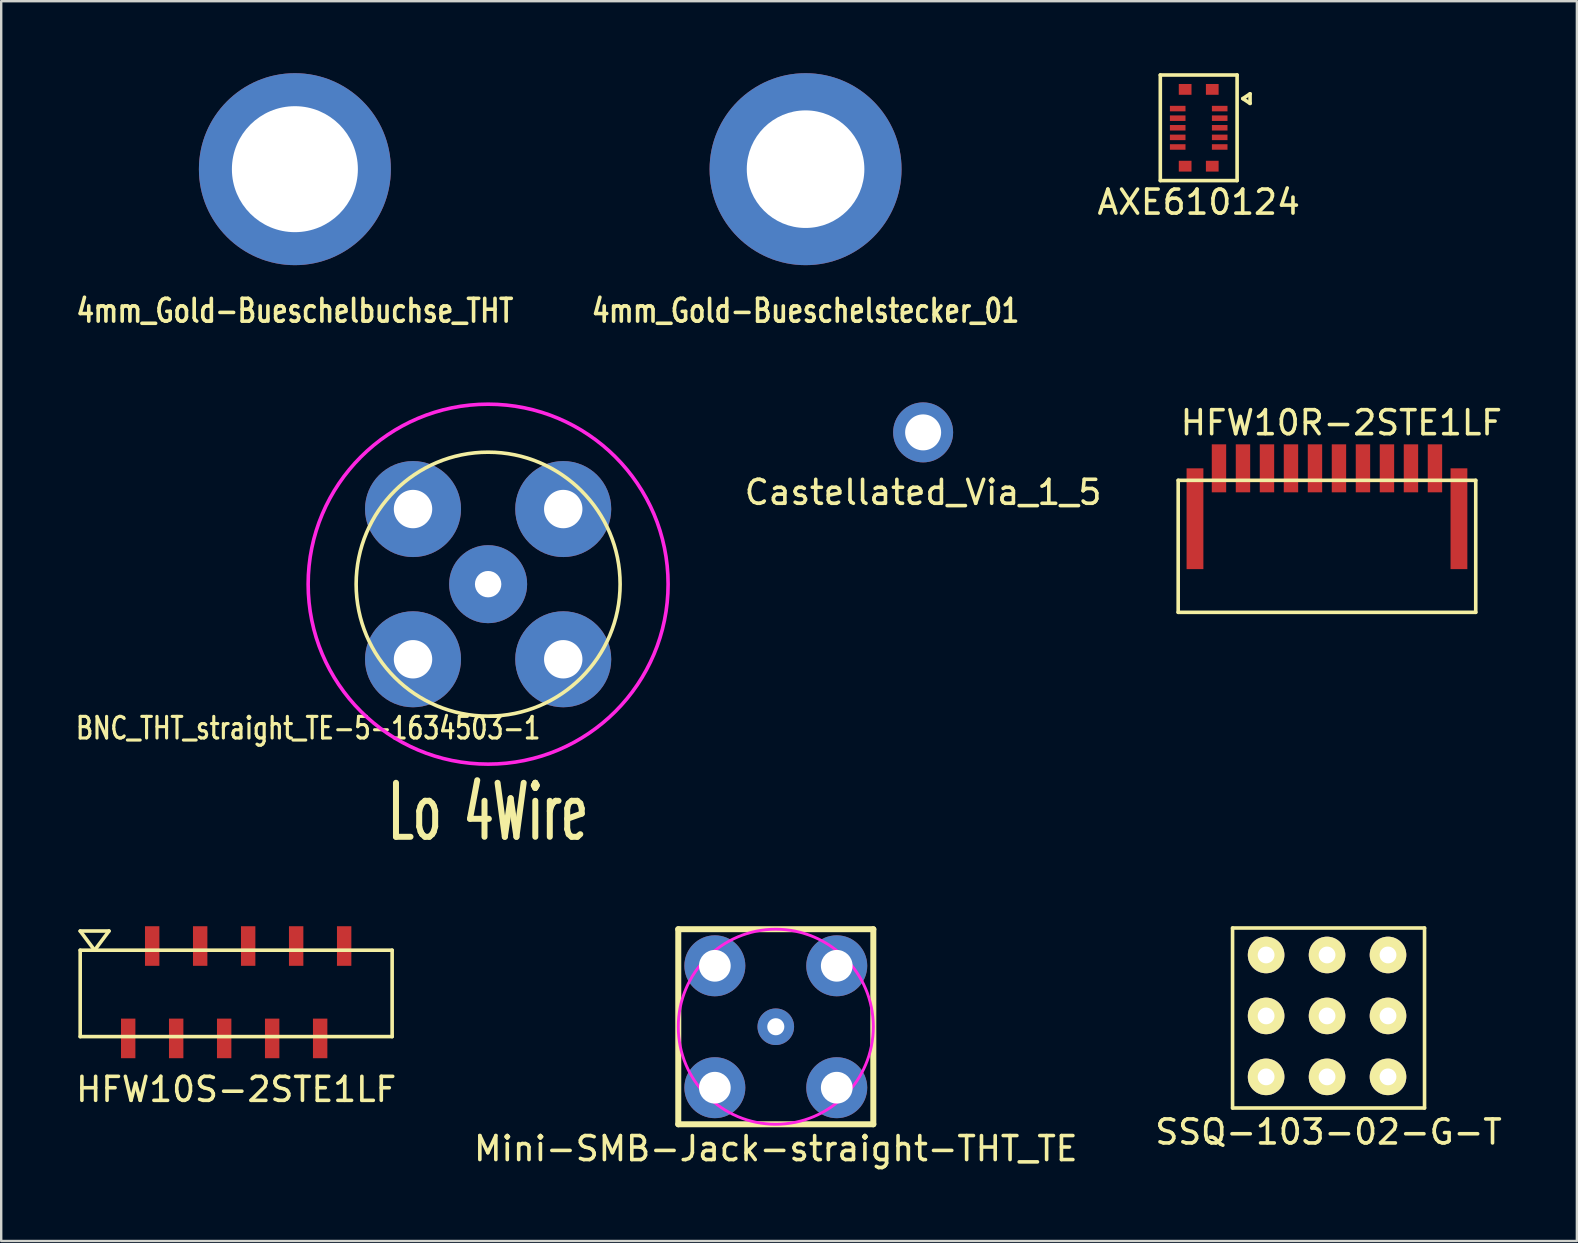
<source format=kicad_pcb>
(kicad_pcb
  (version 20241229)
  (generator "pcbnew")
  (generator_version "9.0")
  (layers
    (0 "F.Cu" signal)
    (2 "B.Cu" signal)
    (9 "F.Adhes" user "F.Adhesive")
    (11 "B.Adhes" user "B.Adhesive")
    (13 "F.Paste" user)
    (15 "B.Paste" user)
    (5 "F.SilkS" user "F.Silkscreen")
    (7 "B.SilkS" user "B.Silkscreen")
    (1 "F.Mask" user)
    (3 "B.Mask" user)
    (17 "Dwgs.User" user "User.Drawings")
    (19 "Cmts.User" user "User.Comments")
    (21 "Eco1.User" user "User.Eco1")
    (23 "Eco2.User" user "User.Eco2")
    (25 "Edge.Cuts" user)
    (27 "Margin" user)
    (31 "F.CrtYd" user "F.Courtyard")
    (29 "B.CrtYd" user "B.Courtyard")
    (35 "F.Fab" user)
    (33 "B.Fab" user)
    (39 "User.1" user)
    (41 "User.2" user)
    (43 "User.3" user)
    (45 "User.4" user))
  (footprint "4mm_Gold-Bueschelbuchse_THT"
    (layer "F.Cu")
    (at 9.239 4)
    (property "Reference" "4mm_Gold-Bueschelbuchse_THT" (at 0 5.9 0) (layer "F.SilkS") (effects (font (size 0.95 0.75) (thickness 0.15))))
    (attr through_hole)
    (pad "1" thru_hole circle (at 0 0) (size 8 8) (drill 5.25) (layers "*.Cu" "*.Mask")))
  (footprint "Castellated_Via_1_5"
    (layer "F.Cu")
    (at 35.42 14.969)
    (property "Reference" "Castellated_Via_1_5" (at 0 2.5 0) (layer "F.SilkS") (effects (font (size 1 1) (thickness 0.15))))
    (attr through_hole)
    (pad "1" thru_hole circle (at 0 0) (size 2.5 2.5) (drill 1.5) (layers "*.Cu" "*.Mask")))
  (footprint "4mm_Gold-Bueschelstecker_01"
    (layer "F.Cu")
    (at 30.521 4)
    (property "Reference" "4mm_Gold-Bueschelstecker_01" (at 0 5.9 0) (layer "F.SilkS") (effects (font (size 0.95 0.75) (thickness 0.15))))
    (attr through_hole)
    (pad "1" thru_hole circle (at 0 0) (size 8 8) (drill 4.9) (layers "*.Cu" "*.Mask")))
  (footprint "SSQ-103-02-G-T"
    (layer "F.Cu")
    (at 52.315 39.374)
    (property "Reference" "SSQ-103-02-G-T" (at 0 4.75 0) (layer "F.SilkS") (effects (font (size 1 1) (thickness 0.15))))
    (attr through_hole)
    (fp_line (start -4 -3.75) (end 4 -3.75) (stroke (width 0.15) (type solid)) (layer "F.SilkS"))
    (fp_line (start -4 3.75) (end -4 -3.75) (stroke (width 0.15) (type solid)) (layer "F.SilkS"))
    (fp_line (start 4 -3.75) (end 4 3.75) (stroke (width 0.15) (type solid)) (layer "F.SilkS"))
    (fp_line (start 4 3.75) (end -4 3.75) (stroke (width 0.15) (type solid)) (layer "F.SilkS"))
    (pad "1" thru_hole circle (at -2.602 -2.627) (size 1.524 1.524) (drill 0.7) (layers "*.Cu" "*.Mask" "F.SilkS"))
    (pad "2" thru_hole circle (at -0.062 -2.627) (size 1.524 1.524) (drill 0.7) (layers "*.Cu" "*.Mask" "F.SilkS"))
    (pad "3" thru_hole circle (at 2.478 -2.627) (size 1.524 1.524) (drill 0.7) (layers "*.Cu" "*.Mask" "F.SilkS"))
    (pad "4" thru_hole circle (at -2.602 -0.087) (size 1.524 1.524) (drill 0.7) (layers "*.Cu" "*.Mask" "F.SilkS"))
    (pad "5" thru_hole circle (at -0.062 -0.087) (size 1.524 1.524) (drill 0.7) (layers "*.Cu" "*.Mask" "F.SilkS"))
    (pad "6" thru_hole circle (at 2.478 -0.087) (size 1.524 1.524) (drill 0.7) (layers "*.Cu" "*.Mask" "F.SilkS"))
    (pad "7" thru_hole circle (at -2.602 2.453) (size 1.524 1.524) (drill 0.7) (layers "*.Cu" "*.Mask" "F.SilkS"))
    (pad "8" thru_hole circle (at -0.062 2.453) (size 1.524 1.524) (drill 0.7) (layers "*.Cu" "*.Mask" "F.SilkS"))
    (pad "9" thru_hole circle (at 2.478 2.453) (size 1.524 1.524) (drill 0.7) (layers "*.Cu" "*.Mask" "F.SilkS")))
  (footprint "HFW10R-2STE1LF"
    (layer "F.Cu")
    (at 52.249 18.867)
    (property "Reference" "HFW10R-2STE1LF" (at 0.6 -4.3 0) (layer "F.SilkS") (effects (font (size 1 1) (thickness 0.15))))
    (attr through_hole)
    (fp_line (start -6.2 -1.9) (end 6.2 -1.9) (stroke (width 0.15) (type solid)) (layer "F.SilkS"))
    (fp_line (start -6.2 3.6) (end -6.2 -1.9) (stroke (width 0.15) (type solid)) (layer "F.SilkS"))
    (fp_line (start 6.2 -1.9) (end 6.2 3.6) (stroke (width 0.15) (type solid)) (layer "F.SilkS"))
    (fp_line (start 6.2 3.6) (end -6.2 3.6) (stroke (width 0.15) (type solid)) (layer "F.SilkS"))
    (pad "1" smd rect (at -4.5 -2.4) (size 0.6 2) (layers "F.Cu" "F.Mask" "F.Paste"))
    (pad "2" smd rect (at -3.5 -2.4) (size 0.6 2) (layers "F.Cu" "F.Mask" "F.Paste"))
    (pad "3" smd rect (at -2.5 -2.4) (size 0.6 2) (layers "F.Cu" "F.Mask" "F.Paste"))
    (pad "4" smd rect (at -1.5 -2.4) (size 0.6 2) (layers "F.Cu" "F.Mask" "F.Paste"))
    (pad "5" smd rect (at -0.5 -2.4) (size 0.6 2) (layers "F.Cu" "F.Mask" "F.Paste"))
    (pad "6" smd rect (at 0.5 -2.4) (size 0.6 2) (layers "F.Cu" "F.Mask" "F.Paste"))
    (pad "7" smd rect (at 1.5 -2.4) (size 0.6 2) (layers "F.Cu" "F.Mask" "F.Paste"))
    (pad "8" smd rect (at 2.5 -2.4) (size 0.6 2) (layers "F.Cu" "F.Mask" "F.Paste"))
    (pad "9" smd rect (at 3.5 -2.4) (size 0.6 2) (layers "F.Cu" "F.Mask" "F.Paste"))
    (pad "10" smd rect (at 4.5 -2.4) (size 0.6 2) (layers "F.Cu" "F.Mask" "F.Paste"))
    (pad "~" smd rect (at -5.5 -0.3) (size 0.7 4.2) (layers "F.Cu" "F.Mask" "F.Paste"))
    (pad "~" smd rect (at 5.5 -0.3) (size 0.7 4.2) (layers "F.Cu" "F.Mask" "F.Paste")))
  (footprint "AXE610124"
    (layer "F.Cu")
    (at 46.904 2.275)
    (property "Reference" "AXE610124" (at 0 3.1 0) (layer "F.SilkS") (effects (font (size 1 1) (thickness 0.15))))
    (attr through_hole)
    (fp_line (start -1.6 -2.2) (end -1.6 2.2) (stroke (width 0.15) (type solid)) (layer "F.SilkS"))
    (fp_line (start -1.6 2.2) (end 1.6 2.2) (stroke (width 0.15) (type solid)) (layer "F.SilkS"))
    (fp_line (start 1.6 -2.2) (end -1.6 -2.2) (stroke (width 0.15) (type solid)) (layer "F.SilkS"))
    (fp_line (start 1.6 2.2) (end 1.6 -2.2) (stroke (width 0.15) (type solid)) (layer "F.SilkS"))
    (fp_line (start 1.84 -1.216) (end 2.14 -1.016) (stroke (width 0.15) (type solid)) (layer "F.SilkS"))
    (fp_line (start 2.14 -1.416) (end 1.84 -1.216) (stroke (width 0.15) (type solid)) (layer "F.SilkS"))
    (fp_line (start 2.14 -1.016) (end 2.14 -1.416) (stroke (width 0.15) (type solid)) (layer "F.SilkS"))
    (pad "1" smd rect (at 0.875 -0.8) (size 0.65 0.23) (layers "F.Cu" "F.Mask" "F.Paste"))
    (pad "2" smd rect (at -0.875 -0.8) (size 0.65 0.23) (layers "F.Cu" "F.Mask" "F.Paste"))
    (pad "3" smd rect (at 0.875 -0.4) (size 0.65 0.23) (layers "F.Cu" "F.Mask" "F.Paste"))
    (pad "4" smd rect (at -0.875 -0.4) (size 0.65 0.23) (layers "F.Cu" "F.Mask" "F.Paste"))
    (pad "5" smd rect (at 0.875 0) (size 0.65 0.23) (layers "F.Cu" "F.Mask" "F.Paste"))
    (pad "6" smd rect (at -0.875 0) (size 0.65 0.23) (layers "F.Cu" "F.Mask" "F.Paste"))
    (pad "7" smd rect (at 0.875 0.4) (size 0.65 0.23) (layers "F.Cu" "F.Mask" "F.Paste"))
    (pad "8" smd rect (at -0.875 0.4) (size 0.65 0.23) (layers "F.Cu" "F.Mask" "F.Paste"))
    (pad "9" smd rect (at 0.875 0.8) (size 0.65 0.23) (layers "F.Cu" "F.Mask" "F.Paste"))
    (pad "10" smd rect (at -0.875 0.8) (size 0.65 0.23) (layers "F.Cu" "F.Mask" "F.Paste"))
    (pad "P1" smd rect (at -0.565 -1.6) (size 0.53 0.45) (layers "F.Cu" "F.Mask" "F.Paste"))
    (pad "P2" smd rect (at -0.565 1.6) (size 0.53 0.45) (layers "F.Cu" "F.Mask" "F.Paste"))
    (pad "P3" smd rect (at 0.565 1.6) (size 0.53 0.45) (layers "F.Cu" "F.Mask" "F.Paste"))
    (pad "P4" smd rect (at 0.565 -1.6) (size 0.53 0.45) (layers "F.Cu" "F.Mask" "F.Paste")))
  (footprint "HFW10S-2STE1LF"
    (layer "F.Cu")
    (at 6.792 38.299)
    (property "Reference" "HFW10S-2STE1LF" (at 0 4.05 0) (layer "F.SilkS") (effects (font (size 1 1) (thickness 0.15))))
    (attr through_hole)
    (fp_line (start -6.5 -2.55) (end -5.3 -2.55) (stroke (width 0.15) (type solid)) (layer "F.SilkS"))
    (fp_line (start -6.5 -1.75) (end -6.5 1.85) (stroke (width 0.15) (type solid)) (layer "F.SilkS"))
    (fp_line (start -6.5 1.85) (end 6.5 1.85) (stroke (width 0.15) (type solid)) (layer "F.SilkS"))
    (fp_line (start -5.9 -1.75) (end -6.5 -2.55) (stroke (width 0.15) (type solid)) (layer "F.SilkS"))
    (fp_line (start -5.3 -2.55) (end -5.9 -1.75) (stroke (width 0.15) (type solid)) (layer "F.SilkS"))
    (fp_line (start 6.5 -1.75) (end -6.5 -1.75) (stroke (width 0.15) (type solid)) (layer "F.SilkS"))
    (fp_line (start 6.5 1.85) (end 6.5 -1.75) (stroke (width 0.15) (type solid)) (layer "F.SilkS"))
    (pad "1" smd rect (at -4.5 1.925) (size 0.6 1.65) (layers "F.Cu" "F.Mask" "F.Paste"))
    (pad "2" smd rect (at -3.5 -1.925) (size 0.6 1.65) (layers "F.Cu" "F.Mask" "F.Paste"))
    (pad "3" smd rect (at -2.5 1.925) (size 0.6 1.65) (layers "F.Cu" "F.Mask" "F.Paste"))
    (pad "4" smd rect (at -1.5 -1.925) (size 0.6 1.65) (layers "F.Cu" "F.Mask" "F.Paste"))
    (pad "5" smd rect (at -0.5 1.925) (size 0.6 1.65) (layers "F.Cu" "F.Mask" "F.Paste"))
    (pad "6" smd rect (at 0.5 -1.925) (size 0.6 1.65) (layers "F.Cu" "F.Mask" "F.Paste"))
    (pad "7" smd rect (at 1.5 1.925) (size 0.6 1.65) (layers "F.Cu" "F.Mask" "F.Paste"))
    (pad "8" smd rect (at 2.5 -1.925) (size 0.6 1.65) (layers "F.Cu" "F.Mask" "F.Paste"))
    (pad "9" smd rect (at 3.5 1.925) (size 0.6 1.65) (layers "F.Cu" "F.Mask" "F.Paste"))
    (pad "10" smd rect (at 4.5 -1.925) (size 0.6 1.65) (layers "F.Cu" "F.Mask" "F.Paste")))
  (footprint "Mini-SMB-Jack-straight-THT_TE"
    (layer "F.Cu")
    (at 29.28 39.738)
    (property "Reference" "Mini-SMB-Jack-straight-THT_TE" (at 0 5.08 0) (layer "F.SilkS") (effects (font (size 1 1) (thickness 0.15))))
    (attr through_hole)
    (fp_line (start -4.064 -4.064) (end -4.064 4.064) (stroke (width 0.25) (type solid)) (layer "F.SilkS"))
    (fp_line (start -4.064 4.064) (end 4.064 4.064) (stroke (width 0.25) (type solid)) (layer "F.SilkS"))
    (fp_line (start 4.064 -4.064) (end -4.064 -4.064) (stroke (width 0.25) (type solid)) (layer "F.SilkS"))
    (fp_line (start 4.064 4.064) (end 4.064 -4.064) (stroke (width 0.25) (type solid)) (layer "F.SilkS"))
    (fp_circle (center 0 0) (end 4.064 0) (stroke (width 0.12) (type solid)) (fill no) (layer "F.CrtYd"))
    (pad "1" thru_hole circle (at 0 0) (size 1.524 1.524) (drill 0.711) (layers "*.Cu" "*.Mask"))
    (pad "2" thru_hole circle (at -2.54 -2.54) (size 2.54 2.54) (drill 1.321) (layers "*.Cu" "*.Mask"))
    (pad "2" thru_hole circle (at -2.54 2.54) (size 2.54 2.54) (drill 1.321) (layers "*.Cu" "*.Mask"))
    (pad "2" thru_hole circle (at 2.54 -2.54) (size 2.54 2.54) (drill 1.321) (layers "*.Cu" "*.Mask"))
    (pad "2" thru_hole circle (at 2.54 2.54) (size 2.54 2.54) (drill 1.321) (layers "*.Cu" "*.Mask")))
  (footprint "BNC_THT_straight_TE-5-1634503-1"
    (layer "F.Cu")
    (at 17.292 21.294)
    (property "Reference" "BNC_THT_straight_TE-5-1634503-1" (at -7.5 6 0) (layer "F.SilkS") (effects (font (size 0.9 0.7) (thickness 0.13))))
    (property "Value" "Lo 4Wire" (at 0 -0.5 0) (layer "F.Fab") (hide yes) (effects (font (size 2.25 1.27) (thickness 0.25))))
    (attr through_hole)
    (fp_circle (center 0 0) (end 5.5 0.05) (stroke (width 0.15) (type solid)) (fill no) (layer "F.SilkS"))
    (fp_circle (center 0 0) (end 7.5 0.05) (stroke (width 0.15) (type solid)) (fill no) (layer "F.CrtYd"))
    (fp_text user "${VALUE}" (at 0 9.5 0) (layer "F.SilkS") (effects (font (size 2.25 1.27) (thickness 0.25))))
    (pad "1" thru_hole circle (at 0 0) (size 3.25 3.25) (drill 1.1) (layers "*.Cu" "*.Mask"))
    (pad "2" thru_hole circle (at -3.13 -3.13) (size 4 4) (drill 1.6) (layers "*.Cu" "*.Mask"))
    (pad "2" thru_hole circle (at -3.13 3.13) (size 4 4) (drill 1.6) (layers "*.Cu" "*.Mask"))
    (pad "2" thru_hole circle (at 3.13 -3.13) (size 4 4) (drill 1.6) (layers "*.Cu" "*.Mask"))
    (pad "2" thru_hole circle (at 3.13 3.13) (size 4 4) (drill 1.6) (layers "*.Cu" "*.Mask")))
  (gr_rect
    (start -3 -3)
    (end 62.664 48.666)
    (stroke (width 0.1) (type default))
    (fill no)
    (layer "Edge.Cuts")))
</source>
